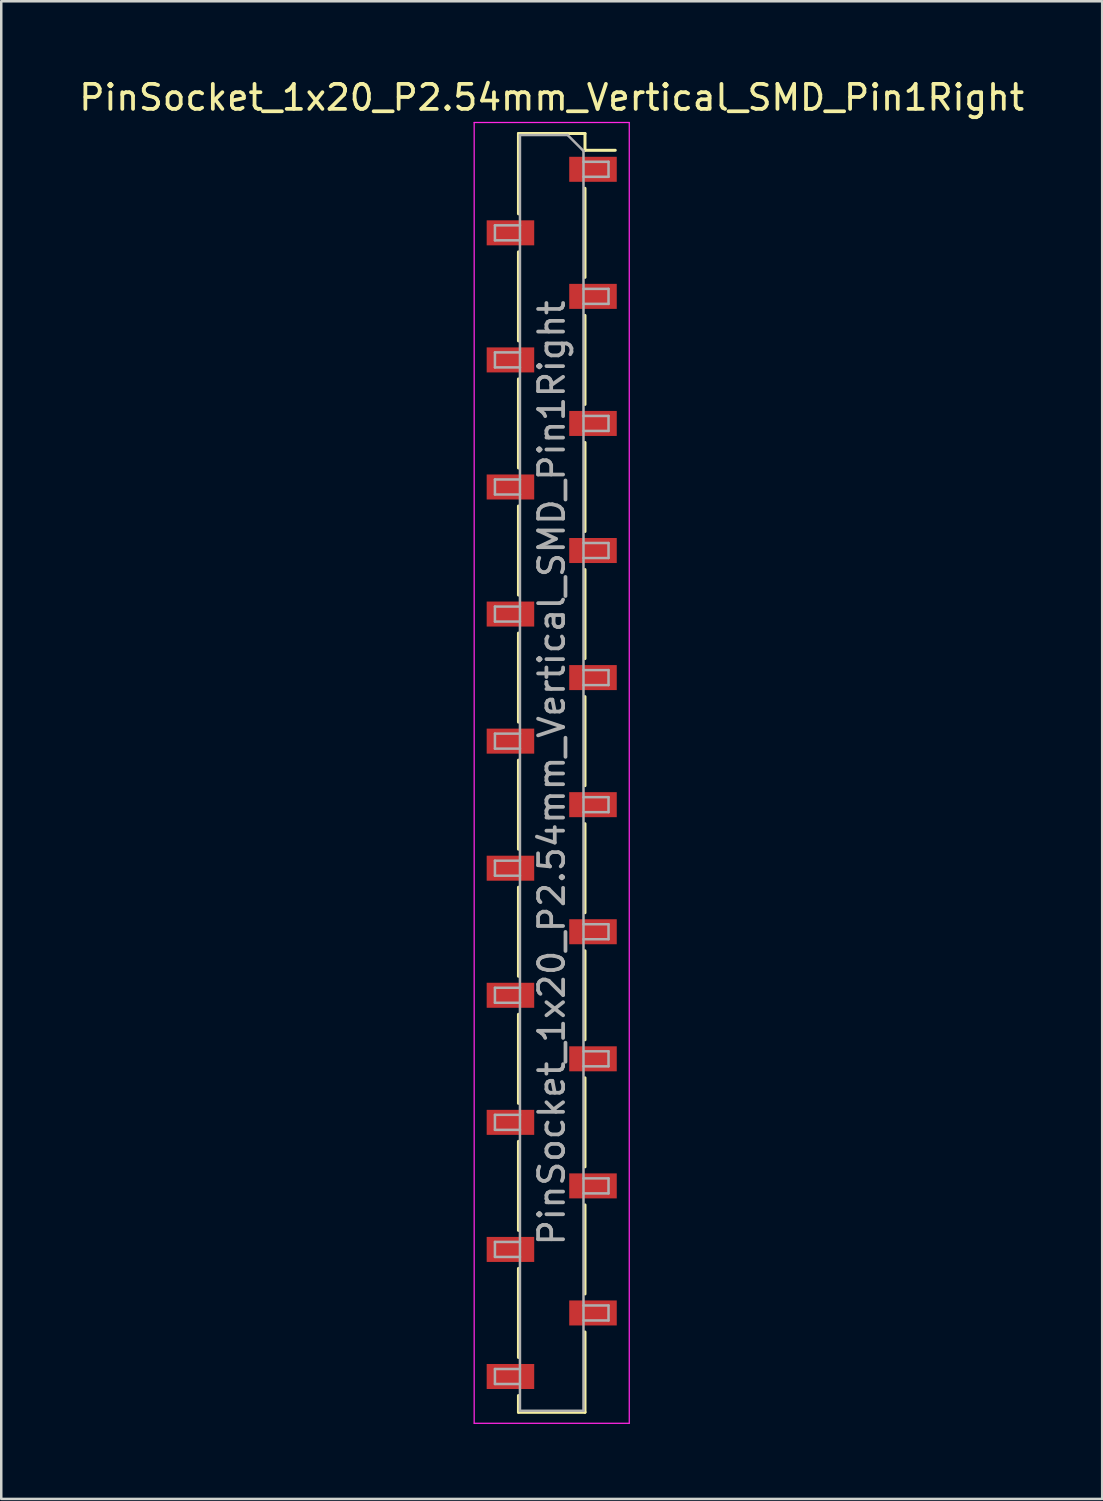
<source format=kicad_pcb>
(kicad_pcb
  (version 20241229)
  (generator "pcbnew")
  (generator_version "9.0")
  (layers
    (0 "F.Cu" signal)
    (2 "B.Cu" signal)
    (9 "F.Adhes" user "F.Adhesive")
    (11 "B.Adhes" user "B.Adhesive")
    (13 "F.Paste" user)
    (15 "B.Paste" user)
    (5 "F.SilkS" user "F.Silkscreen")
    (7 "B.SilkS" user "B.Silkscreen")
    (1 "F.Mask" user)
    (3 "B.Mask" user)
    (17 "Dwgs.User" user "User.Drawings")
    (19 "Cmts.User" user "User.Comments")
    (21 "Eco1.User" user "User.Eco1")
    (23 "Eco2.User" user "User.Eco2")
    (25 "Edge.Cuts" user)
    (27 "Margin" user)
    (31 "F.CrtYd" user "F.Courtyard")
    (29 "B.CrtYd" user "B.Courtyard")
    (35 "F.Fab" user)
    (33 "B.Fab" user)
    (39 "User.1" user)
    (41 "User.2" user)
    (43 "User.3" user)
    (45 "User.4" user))
  (footprint "PinSocket_1x20_P2.54mm_Vertical_SMD_Pin1Right"
    (layer "F.Cu")
    (at 19.006 27.848)
    (property "Reference" "PinSocket_1x20_P2.54mm_Vertical_SMD_Pin1Right" (at 0 -27 0) (layer "F.SilkS") (effects (font (size 1 1) (thickness 0.15))))
    (attr smd)
    (fp_line (start -1.33 -25.56) (end -1.33 -22.35) (stroke (width 0.12) (type solid)) (layer "F.SilkS"))
    (fp_line (start -1.33 -25.56) (end 1.33 -25.56) (stroke (width 0.12) (type solid)) (layer "F.SilkS"))
    (fp_line (start -1.33 -20.83) (end -1.33 -17.27) (stroke (width 0.12) (type solid)) (layer "F.SilkS"))
    (fp_line (start -1.33 -15.75) (end -1.33 -12.19) (stroke (width 0.12) (type solid)) (layer "F.SilkS"))
    (fp_line (start -1.33 -10.67) (end -1.33 -7.11) (stroke (width 0.12) (type solid)) (layer "F.SilkS"))
    (fp_line (start -1.33 -5.59) (end -1.33 -2.03) (stroke (width 0.12) (type solid)) (layer "F.SilkS"))
    (fp_line (start -1.33 -0.51) (end -1.33 3.05) (stroke (width 0.12) (type solid)) (layer "F.SilkS"))
    (fp_line (start -1.33 4.57) (end -1.33 8.13) (stroke (width 0.12) (type solid)) (layer "F.SilkS"))
    (fp_line (start -1.33 9.65) (end -1.33 13.21) (stroke (width 0.12) (type solid)) (layer "F.SilkS"))
    (fp_line (start -1.33 14.73) (end -1.33 18.29) (stroke (width 0.12) (type solid)) (layer "F.SilkS"))
    (fp_line (start -1.33 19.81) (end -1.33 23.37) (stroke (width 0.12) (type solid)) (layer "F.SilkS"))
    (fp_line (start -1.33 24.89) (end -1.33 25.56) (stroke (width 0.12) (type solid)) (layer "F.SilkS"))
    (fp_line (start -1.33 25.56) (end 1.33 25.56) (stroke (width 0.12) (type solid)) (layer "F.SilkS"))
    (fp_line (start 1.33 -25.56) (end 1.33 -24.89) (stroke (width 0.12) (type solid)) (layer "F.SilkS"))
    (fp_line (start 1.33 -24.89) (end 2.54 -24.89) (stroke (width 0.12) (type solid)) (layer "F.SilkS"))
    (fp_line (start 1.33 -23.37) (end 1.33 -19.81) (stroke (width 0.12) (type solid)) (layer "F.SilkS"))
    (fp_line (start 1.33 -18.29) (end 1.33 -14.73) (stroke (width 0.12) (type solid)) (layer "F.SilkS"))
    (fp_line (start 1.33 -13.21) (end 1.33 -9.65) (stroke (width 0.12) (type solid)) (layer "F.SilkS"))
    (fp_line (start 1.33 -8.13) (end 1.33 -4.57) (stroke (width 0.12) (type solid)) (layer "F.SilkS"))
    (fp_line (start 1.33 -3.05) (end 1.33 0.51) (stroke (width 0.12) (type solid)) (layer "F.SilkS"))
    (fp_line (start 1.33 2.03) (end 1.33 5.59) (stroke (width 0.12) (type solid)) (layer "F.SilkS"))
    (fp_line (start 1.33 7.11) (end 1.33 10.67) (stroke (width 0.12) (type solid)) (layer "F.SilkS"))
    (fp_line (start 1.33 12.19) (end 1.33 15.75) (stroke (width 0.12) (type solid)) (layer "F.SilkS"))
    (fp_line (start 1.33 17.27) (end 1.33 20.83) (stroke (width 0.12) (type solid)) (layer "F.SilkS"))
    (fp_line (start 1.33 22.35) (end 1.33 25.56) (stroke (width 0.12) (type solid)) (layer "F.SilkS"))
    (fp_line (start -3.1 -26) (end 3.1 -26) (stroke (width 0.05) (type solid)) (layer "F.CrtYd"))
    (fp_line (start -3.1 26) (end -3.1 -26) (stroke (width 0.05) (type solid)) (layer "F.CrtYd"))
    (fp_line (start 3.1 -26) (end 3.1 26) (stroke (width 0.05) (type solid)) (layer "F.CrtYd"))
    (fp_line (start 3.1 26) (end -3.1 26) (stroke (width 0.05) (type solid)) (layer "F.CrtYd"))
    (fp_line (start -2.27 -21.89) (end -1.27 -21.89) (stroke (width 0.1) (type solid)) (layer "F.Fab"))
    (fp_line (start -2.27 -21.29) (end -2.27 -21.89) (stroke (width 0.1) (type solid)) (layer "F.Fab"))
    (fp_line (start -2.27 -16.81) (end -1.27 -16.81) (stroke (width 0.1) (type solid)) (layer "F.Fab"))
    (fp_line (start -2.27 -16.21) (end -2.27 -16.81) (stroke (width 0.1) (type solid)) (layer "F.Fab"))
    (fp_line (start -2.27 -11.73) (end -1.27 -11.73) (stroke (width 0.1) (type solid)) (layer "F.Fab"))
    (fp_line (start -2.27 -11.13) (end -2.27 -11.73) (stroke (width 0.1) (type solid)) (layer "F.Fab"))
    (fp_line (start -2.27 -6.65) (end -1.27 -6.65) (stroke (width 0.1) (type solid)) (layer "F.Fab"))
    (fp_line (start -2.27 -6.05) (end -2.27 -6.65) (stroke (width 0.1) (type solid)) (layer "F.Fab"))
    (fp_line (start -2.27 -1.57) (end -1.27 -1.57) (stroke (width 0.1) (type solid)) (layer "F.Fab"))
    (fp_line (start -2.27 -0.97) (end -2.27 -1.57) (stroke (width 0.1) (type solid)) (layer "F.Fab"))
    (fp_line (start -2.27 3.51) (end -1.27 3.51) (stroke (width 0.1) (type solid)) (layer "F.Fab"))
    (fp_line (start -2.27 4.11) (end -2.27 3.51) (stroke (width 0.1) (type solid)) (layer "F.Fab"))
    (fp_line (start -2.27 8.59) (end -1.27 8.59) (stroke (width 0.1) (type solid)) (layer "F.Fab"))
    (fp_line (start -2.27 9.19) (end -2.27 8.59) (stroke (width 0.1) (type solid)) (layer "F.Fab"))
    (fp_line (start -2.27 13.67) (end -1.27 13.67) (stroke (width 0.1) (type solid)) (layer "F.Fab"))
    (fp_line (start -2.27 14.27) (end -2.27 13.67) (stroke (width 0.1) (type solid)) (layer "F.Fab"))
    (fp_line (start -2.27 18.75) (end -1.27 18.75) (stroke (width 0.1) (type solid)) (layer "F.Fab"))
    (fp_line (start -2.27 19.35) (end -2.27 18.75) (stroke (width 0.1) (type solid)) (layer "F.Fab"))
    (fp_line (start -2.27 23.83) (end -1.27 23.83) (stroke (width 0.1) (type solid)) (layer "F.Fab"))
    (fp_line (start -2.27 24.43) (end -2.27 23.83) (stroke (width 0.1) (type solid)) (layer "F.Fab"))
    (fp_line (start -1.27 -25.5) (end 0.635 -25.5) (stroke (width 0.1) (type solid)) (layer "F.Fab"))
    (fp_line (start -1.27 -21.29) (end -2.27 -21.29) (stroke (width 0.1) (type solid)) (layer "F.Fab"))
    (fp_line (start -1.27 -16.21) (end -2.27 -16.21) (stroke (width 0.1) (type solid)) (layer "F.Fab"))
    (fp_line (start -1.27 -11.13) (end -2.27 -11.13) (stroke (width 0.1) (type solid)) (layer "F.Fab"))
    (fp_line (start -1.27 -6.05) (end -2.27 -6.05) (stroke (width 0.1) (type solid)) (layer "F.Fab"))
    (fp_line (start -1.27 -0.97) (end -2.27 -0.97) (stroke (width 0.1) (type solid)) (layer "F.Fab"))
    (fp_line (start -1.27 4.11) (end -2.27 4.11) (stroke (width 0.1) (type solid)) (layer "F.Fab"))
    (fp_line (start -1.27 9.19) (end -2.27 9.19) (stroke (width 0.1) (type solid)) (layer "F.Fab"))
    (fp_line (start -1.27 14.27) (end -2.27 14.27) (stroke (width 0.1) (type solid)) (layer "F.Fab"))
    (fp_line (start -1.27 19.35) (end -2.27 19.35) (stroke (width 0.1) (type solid)) (layer "F.Fab"))
    (fp_line (start -1.27 24.43) (end -2.27 24.43) (stroke (width 0.1) (type solid)) (layer "F.Fab"))
    (fp_line (start -1.27 25.5) (end -1.27 -25.5) (stroke (width 0.1) (type solid)) (layer "F.Fab"))
    (fp_line (start 0.635 -25.5) (end 1.27 -24.865) (stroke (width 0.1) (type solid)) (layer "F.Fab"))
    (fp_line (start 1.27 -24.865) (end 1.27 25.5) (stroke (width 0.1) (type solid)) (layer "F.Fab"))
    (fp_line (start 1.27 -24.43) (end 2.27 -24.43) (stroke (width 0.1) (type solid)) (layer "F.Fab"))
    (fp_line (start 1.27 -19.35) (end 2.27 -19.35) (stroke (width 0.1) (type solid)) (layer "F.Fab"))
    (fp_line (start 1.27 -14.27) (end 2.27 -14.27) (stroke (width 0.1) (type solid)) (layer "F.Fab"))
    (fp_line (start 1.27 -9.19) (end 2.27 -9.19) (stroke (width 0.1) (type solid)) (layer "F.Fab"))
    (fp_line (start 1.27 -4.11) (end 2.27 -4.11) (stroke (width 0.1) (type solid)) (layer "F.Fab"))
    (fp_line (start 1.27 0.97) (end 2.27 0.97) (stroke (width 0.1) (type solid)) (layer "F.Fab"))
    (fp_line (start 1.27 6.05) (end 2.27 6.05) (stroke (width 0.1) (type solid)) (layer "F.Fab"))
    (fp_line (start 1.27 11.13) (end 2.27 11.13) (stroke (width 0.1) (type solid)) (layer "F.Fab"))
    (fp_line (start 1.27 16.21) (end 2.27 16.21) (stroke (width 0.1) (type solid)) (layer "F.Fab"))
    (fp_line (start 1.27 21.29) (end 2.27 21.29) (stroke (width 0.1) (type solid)) (layer "F.Fab"))
    (fp_line (start 1.27 25.5) (end -1.27 25.5) (stroke (width 0.1) (type solid)) (layer "F.Fab"))
    (fp_line (start 2.27 -24.43) (end 2.27 -23.83) (stroke (width 0.1) (type solid)) (layer "F.Fab"))
    (fp_line (start 2.27 -23.83) (end 1.27 -23.83) (stroke (width 0.1) (type solid)) (layer "F.Fab"))
    (fp_line (start 2.27 -19.35) (end 2.27 -18.75) (stroke (width 0.1) (type solid)) (layer "F.Fab"))
    (fp_line (start 2.27 -18.75) (end 1.27 -18.75) (stroke (width 0.1) (type solid)) (layer "F.Fab"))
    (fp_line (start 2.27 -14.27) (end 2.27 -13.67) (stroke (width 0.1) (type solid)) (layer "F.Fab"))
    (fp_line (start 2.27 -13.67) (end 1.27 -13.67) (stroke (width 0.1) (type solid)) (layer "F.Fab"))
    (fp_line (start 2.27 -9.19) (end 2.27 -8.59) (stroke (width 0.1) (type solid)) (layer "F.Fab"))
    (fp_line (start 2.27 -8.59) (end 1.27 -8.59) (stroke (width 0.1) (type solid)) (layer "F.Fab"))
    (fp_line (start 2.27 -4.11) (end 2.27 -3.51) (stroke (width 0.1) (type solid)) (layer "F.Fab"))
    (fp_line (start 2.27 -3.51) (end 1.27 -3.51) (stroke (width 0.1) (type solid)) (layer "F.Fab"))
    (fp_line (start 2.27 0.97) (end 2.27 1.57) (stroke (width 0.1) (type solid)) (layer "F.Fab"))
    (fp_line (start 2.27 1.57) (end 1.27 1.57) (stroke (width 0.1) (type solid)) (layer "F.Fab"))
    (fp_line (start 2.27 6.05) (end 2.27 6.65) (stroke (width 0.1) (type solid)) (layer "F.Fab"))
    (fp_line (start 2.27 6.65) (end 1.27 6.65) (stroke (width 0.1) (type solid)) (layer "F.Fab"))
    (fp_line (start 2.27 11.13) (end 2.27 11.73) (stroke (width 0.1) (type solid)) (layer "F.Fab"))
    (fp_line (start 2.27 11.73) (end 1.27 11.73) (stroke (width 0.1) (type solid)) (layer "F.Fab"))
    (fp_line (start 2.27 16.21) (end 2.27 16.81) (stroke (width 0.1) (type solid)) (layer "F.Fab"))
    (fp_line (start 2.27 16.81) (end 1.27 16.81) (stroke (width 0.1) (type solid)) (layer "F.Fab"))
    (fp_line (start 2.27 21.29) (end 2.27 21.89) (stroke (width 0.1) (type solid)) (layer "F.Fab"))
    (fp_line (start 2.27 21.89) (end 1.27 21.89) (stroke (width 0.1) (type solid)) (layer "F.Fab"))
    (fp_text user "${REFERENCE}" (at 0 0 90) (layer "F.Fab") (effects (font (size 1 1) (thickness 0.15))))
    (pad "1" smd rect (at 1.65 -24.13) (size 1.9 1) (layers "F.Cu" "F.Mask" "F.Paste"))
    (pad "2" smd rect (at -1.65 -21.59) (size 1.9 1) (layers "F.Cu" "F.Mask" "F.Paste"))
    (pad "3" smd rect (at 1.65 -19.05) (size 1.9 1) (layers "F.Cu" "F.Mask" "F.Paste"))
    (pad "4" smd rect (at -1.65 -16.51) (size 1.9 1) (layers "F.Cu" "F.Mask" "F.Paste"))
    (pad "5" smd rect (at 1.65 -13.97) (size 1.9 1) (layers "F.Cu" "F.Mask" "F.Paste"))
    (pad "6" smd rect (at -1.65 -11.43) (size 1.9 1) (layers "F.Cu" "F.Mask" "F.Paste"))
    (pad "7" smd rect (at 1.65 -8.89) (size 1.9 1) (layers "F.Cu" "F.Mask" "F.Paste"))
    (pad "8" smd rect (at -1.65 -6.35) (size 1.9 1) (layers "F.Cu" "F.Mask" "F.Paste"))
    (pad "9" smd rect (at 1.65 -3.81) (size 1.9 1) (layers "F.Cu" "F.Mask" "F.Paste"))
    (pad "10" smd rect (at -1.65 -1.27) (size 1.9 1) (layers "F.Cu" "F.Mask" "F.Paste"))
    (pad "11" smd rect (at 1.65 1.27) (size 1.9 1) (layers "F.Cu" "F.Mask" "F.Paste"))
    (pad "12" smd rect (at -1.65 3.81) (size 1.9 1) (layers "F.Cu" "F.Mask" "F.Paste"))
    (pad "13" smd rect (at 1.65 6.35) (size 1.9 1) (layers "F.Cu" "F.Mask" "F.Paste"))
    (pad "14" smd rect (at -1.65 8.89) (size 1.9 1) (layers "F.Cu" "F.Mask" "F.Paste"))
    (pad "15" smd rect (at 1.65 11.43) (size 1.9 1) (layers "F.Cu" "F.Mask" "F.Paste"))
    (pad "16" smd rect (at -1.65 13.97) (size 1.9 1) (layers "F.Cu" "F.Mask" "F.Paste"))
    (pad "17" smd rect (at 1.65 16.51) (size 1.9 1) (layers "F.Cu" "F.Mask" "F.Paste"))
    (pad "18" smd rect (at -1.65 19.05) (size 1.9 1) (layers "F.Cu" "F.Mask" "F.Paste"))
    (pad "19" smd rect (at 1.65 21.59) (size 1.9 1) (layers "F.Cu" "F.Mask" "F.Paste"))
    (pad "20" smd rect (at -1.65 24.13) (size 1.9 1) (layers "F.Cu" "F.Mask" "F.Paste")))
  (gr_rect
    (start -3 -3)
    (end 41.012 56.873)
    (stroke (width 0.1) (type default))
    (fill no)
    (layer "Edge.Cuts")))
</source>
